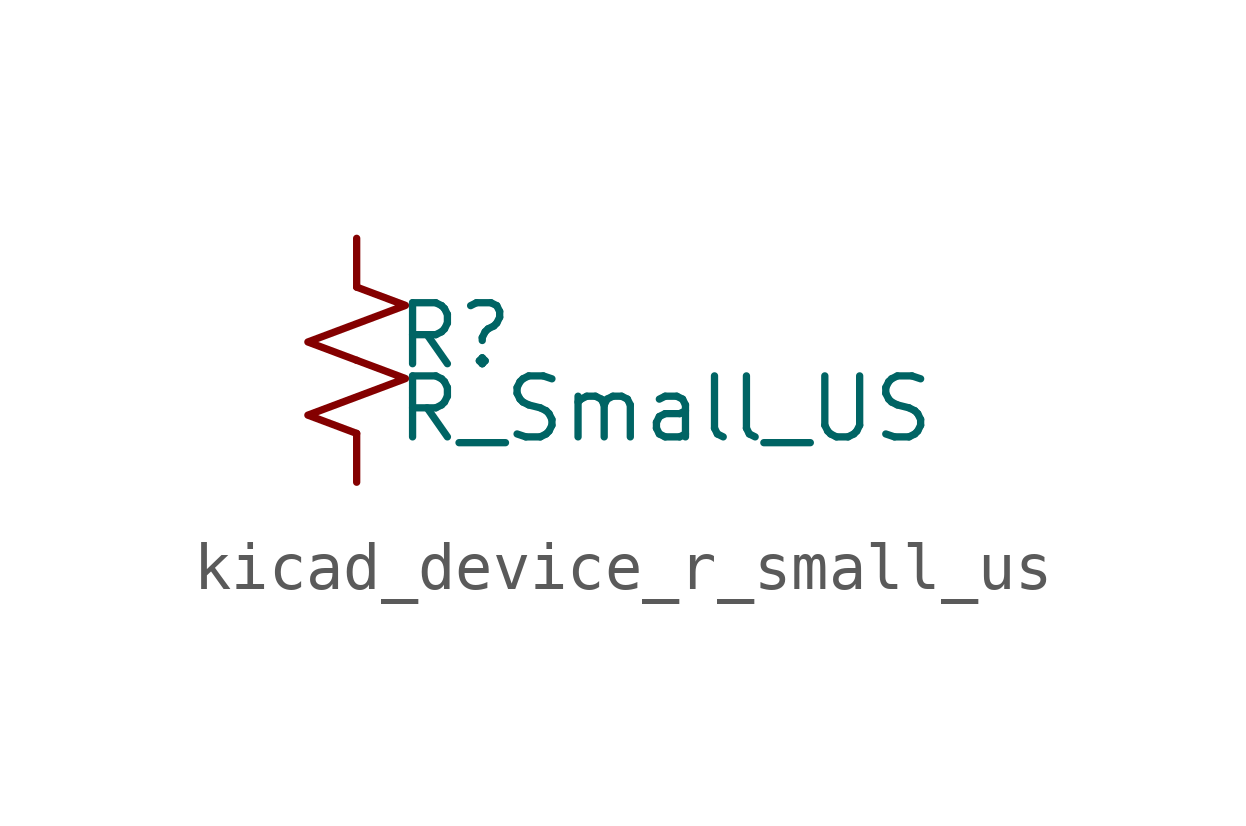
<source format=kicad_sym>
(kicad_symbol_lib
  (version 20220914)
  (generator kicad_symbol_editor)
  (symbol "kicad_device_r_small_us"
    (pin_numbers hide)
    (pin_names
      (offset 0.254) hide)
    (property "Reference" "R"
      (at 0.762 0.508 0)
      (effects (font (size 1.27 1.27)) (justify left)))
    (property "Value" "R_Small_US"
      (at 0.762 -1.016 0)
      (effects (font (size 1.27 1.27)) (justify left)))
    (symbol "kicad_device_r_small_us_1_1"
      (polyline (pts (xy 0 0) (xy 1.016 -0.381) (xy 0 -0.762) (xy -1.016 -1.143) (xy 0 -1.524)) (stroke (width 0) (type default)) (fill (type none)))
      (polyline (pts (xy 0 1.524) (xy 1.016 1.143) (xy 0 0.762) (xy -1.016 0.381) (xy 0 0)) (stroke (width 0) (type default)) (fill (type none)))
      (pin passive line (at 0 2.54 270) (length 1.016) (name "~" (effects (font (size 1.27 1.27)))) (number "1" (effects (font (size 1.27 1.27)))))
      (pin passive line (at 0 -2.54 90) (length 1.016) (name "~" (effects (font (size 1.27 1.27)))) (number "2" (effects (font (size 1.27 1.27))))))))
</source>
